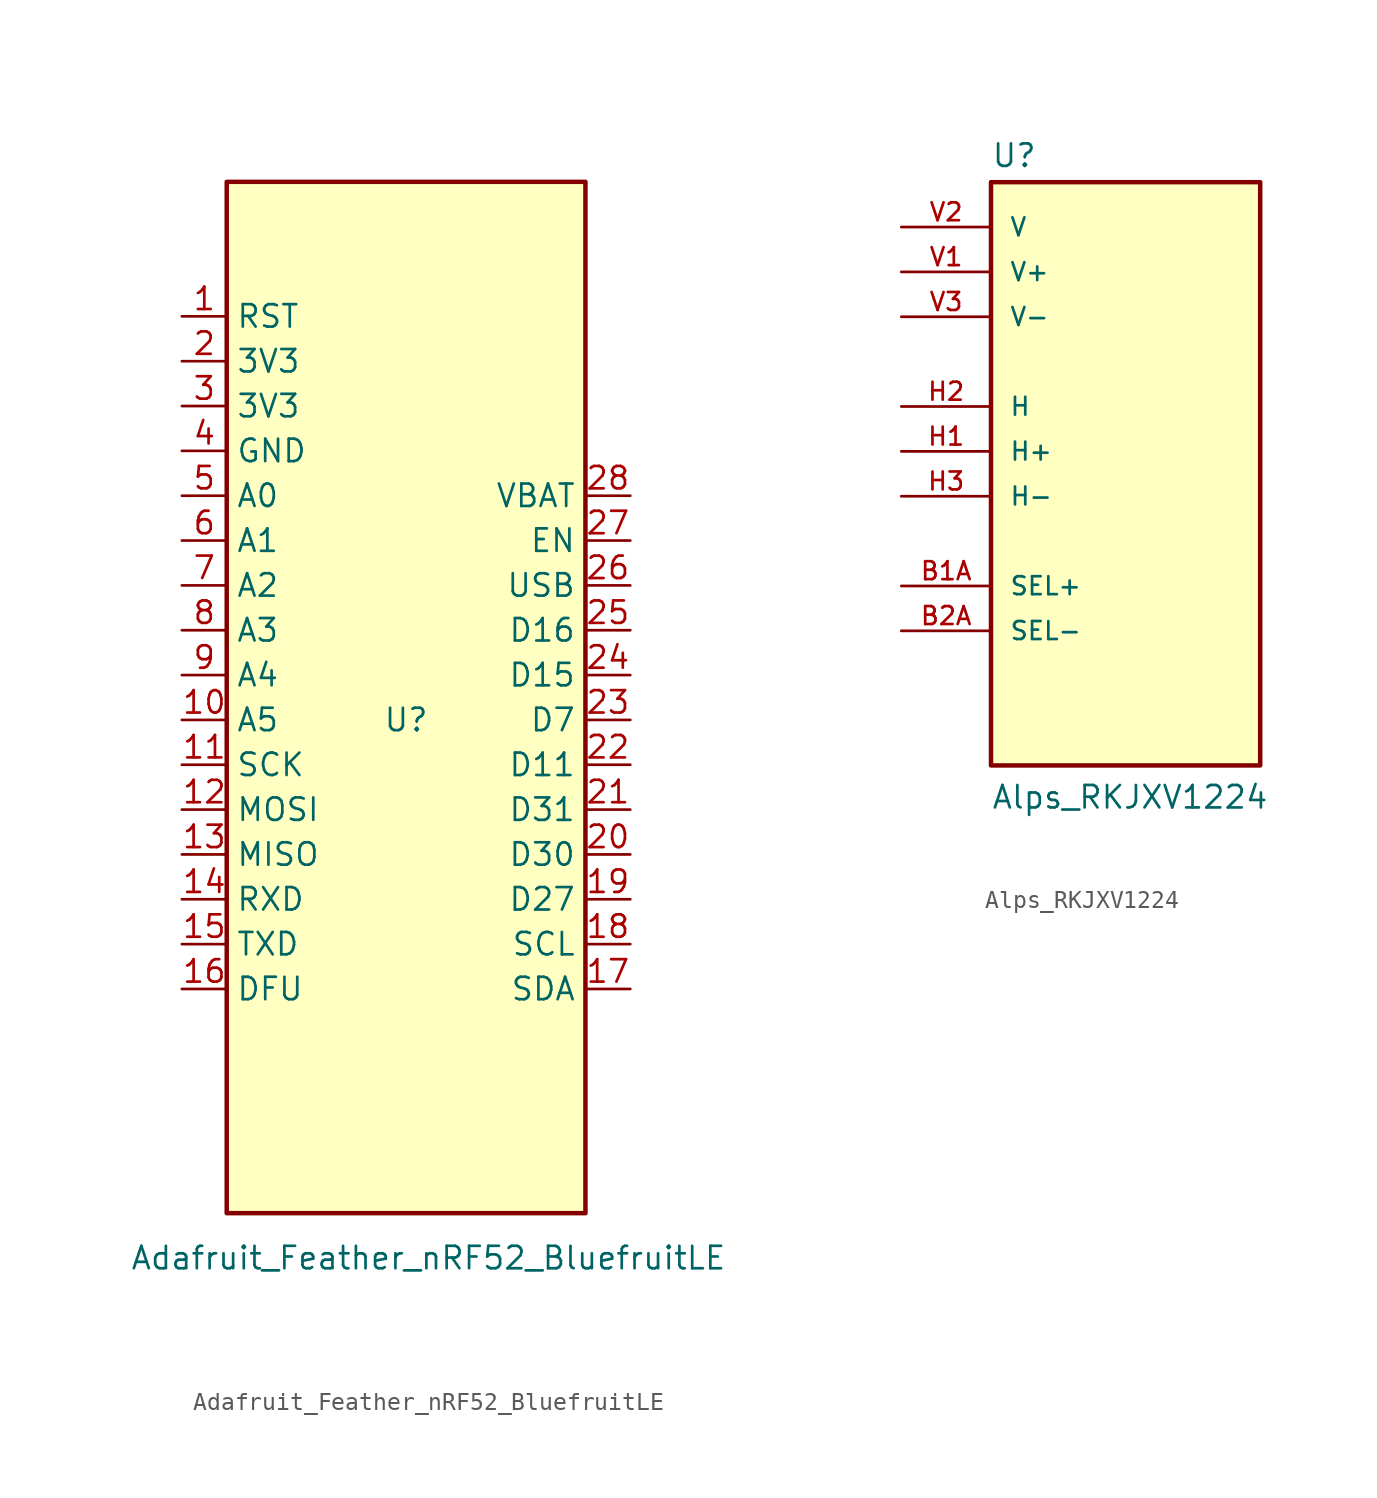
<source format=kicad_sym>
(kicad_symbol_lib
  (version 20211014)
  (generator kicad_symbol_editor)
  (symbol "Adafruit_Feather_nRF52_BluefruitLE"
    (property "Reference" "U"
      (at 0 0 0)
      (effects (font (size 1.27 1.27))))
    (property "Value" "Adafruit_Feather_nRF52_BluefruitLE"
      (at 1.27 -30.48 0)
      (effects (font (size 1.27 1.27))))
    (symbol "Adafruit_Feather_nRF52_BluefruitLE_0_1"
      (rectangle (start -10.16 30.48) (end 10.16 -27.94) (stroke (width 0.254) (type default) (color 0 0 0 0)) (fill (type background))))
    (symbol "Adafruit_Feather_nRF52_BluefruitLE_1_1"
      (pin bidirectional line (at -12.7 22.86 0) (length 2.54) (name "RST" (effects (font (size 1.27 1.27)))) (number "1" (effects (font (size 1.27 1.27)))))
      (pin bidirectional line (at -12.7 0 0) (length 2.54) (name "A5" (effects (font (size 1.27 1.27)))) (number "10" (effects (font (size 1.27 1.27)))))
      (pin bidirectional line (at -12.7 -2.54 0) (length 2.54) (name "SCK" (effects (font (size 1.27 1.27)))) (number "11" (effects (font (size 1.27 1.27)))))
      (pin bidirectional line (at -12.7 -5.08 0) (length 2.54) (name "MOSI" (effects (font (size 1.27 1.27)))) (number "12" (effects (font (size 1.27 1.27)))))
      (pin bidirectional line (at -12.7 -7.62 0) (length 2.54) (name "MISO" (effects (font (size 1.27 1.27)))) (number "13" (effects (font (size 1.27 1.27)))))
      (pin bidirectional line (at -12.7 -10.16 0) (length 2.54) (name "RXD" (effects (font (size 1.27 1.27)))) (number "14" (effects (font (size 1.27 1.27)))))
      (pin bidirectional line (at -12.7 -12.7 0) (length 2.54) (name "TXD" (effects (font (size 1.27 1.27)))) (number "15" (effects (font (size 1.27 1.27)))))
      (pin bidirectional line (at -12.7 -15.24 0) (length 2.54) (name "DFU" (effects (font (size 1.27 1.27)))) (number "16" (effects (font (size 1.27 1.27)))))
      (pin bidirectional line (at 12.7 -15.24 180) (length 2.54) (name "SDA" (effects (font (size 1.27 1.27)))) (number "17" (effects (font (size 1.27 1.27)))))
      (pin bidirectional line (at 12.7 -12.7 180) (length 2.54) (name "SCL" (effects (font (size 1.27 1.27)))) (number "18" (effects (font (size 1.27 1.27)))))
      (pin bidirectional line (at 12.7 -10.16 180) (length 2.54) (name "D27" (effects (font (size 1.27 1.27)))) (number "19" (effects (font (size 1.27 1.27)))))
      (pin power_in line (at -12.7 20.32 0) (length 2.54) (name "3V3" (effects (font (size 1.27 1.27)))) (number "2" (effects (font (size 1.27 1.27)))))
      (pin bidirectional line (at 12.7 -7.62 180) (length 2.54) (name "D30" (effects (font (size 1.27 1.27)))) (number "20" (effects (font (size 1.27 1.27)))))
      (pin bidirectional line (at 12.7 -5.08 180) (length 2.54) (name "D31" (effects (font (size 1.27 1.27)))) (number "21" (effects (font (size 1.27 1.27)))))
      (pin bidirectional line (at 12.7 -2.54 180) (length 2.54) (name "D11" (effects (font (size 1.27 1.27)))) (number "22" (effects (font (size 1.27 1.27)))))
      (pin bidirectional line (at 12.7 0 180) (length 2.54) (name "D7" (effects (font (size 1.27 1.27)))) (number "23" (effects (font (size 1.27 1.27)))))
      (pin bidirectional line (at 12.7 2.54 180) (length 2.54) (name "D15" (effects (font (size 1.27 1.27)))) (number "24" (effects (font (size 1.27 1.27)))))
      (pin bidirectional line (at 12.7 5.08 180) (length 2.54) (name "D16" (effects (font (size 1.27 1.27)))) (number "25" (effects (font (size 1.27 1.27)))))
      (pin power_in line (at 12.7 7.62 180) (length 2.54) (name "USB" (effects (font (size 1.27 1.27)))) (number "26" (effects (font (size 1.27 1.27)))))
      (pin input line (at 12.7 10.16 180) (length 2.54) (name "EN" (effects (font (size 1.27 1.27)))) (number "27" (effects (font (size 1.27 1.27)))))
      (pin power_in line (at 12.7 12.7 180) (length 2.54) (name "VBAT" (effects (font (size 1.27 1.27)))) (number "28" (effects (font (size 1.27 1.27)))))
      (pin power_in line (at -12.7 17.78 0) (length 2.54) (name "3V3" (effects (font (size 1.27 1.27)))) (number "3" (effects (font (size 1.27 1.27)))))
      (pin power_in line (at -12.7 15.24 0) (length 2.54) (name "GND" (effects (font (size 1.27 1.27)))) (number "4" (effects (font (size 1.27 1.27)))))
      (pin bidirectional line (at -12.7 12.7 0) (length 2.54) (name "A0" (effects (font (size 1.27 1.27)))) (number "5" (effects (font (size 1.27 1.27)))))
      (pin bidirectional line (at -12.7 10.16 0) (length 2.54) (name "A1" (effects (font (size 1.27 1.27)))) (number "6" (effects (font (size 1.27 1.27)))))
      (pin bidirectional line (at -12.7 7.62 0) (length 2.54) (name "A2" (effects (font (size 1.27 1.27)))) (number "7" (effects (font (size 1.27 1.27)))))
      (pin bidirectional line (at -12.7 5.08 0) (length 2.54) (name "A3" (effects (font (size 1.27 1.27)))) (number "8" (effects (font (size 1.27 1.27)))))
      (pin bidirectional line (at -12.7 2.54 0) (length 2.54) (name "A4" (effects (font (size 1.27 1.27)))) (number "9" (effects (font (size 1.27 1.27)))))))
  (symbol "Alps_RKJXV1224"
    (pin_names
      (offset 1.016))
    (property "Reference" "U"
      (at -7.62 16.002 0)
      (effects (font (size 1.27 1.27)) (justify left bottom)))
    (property "Value" "Alps_RKJXV1224"
      (at -7.62 -20.32 0)
      (effects (font (size 1.27 1.27)) (justify left bottom)))
    (symbol "Alps_RKJXV1224_0_0"
      (rectangle (start -7.62 -17.78) (end 7.62 15.24) (stroke (width 0.254) (type default) (color 0 0 0 0)) (fill (type background)))
      (pin passive line (at -12.7 -7.62 0) (length 5.08) (name "SEL+" (effects (font (size 1.016 1.016)))) (number "B1A" (effects (font (size 1.016 1.016)))))
      (pin passive line (at -12.7 -10.16 0) (length 5.08) (name "SEL-" (effects (font (size 1.016 1.016)))) (number "B2A" (effects (font (size 1.016 1.016)))))
      (pin passive line (at -12.7 0 0) (length 5.08) (name "H+" (effects (font (size 1.016 1.016)))) (number "H1" (effects (font (size 1.016 1.016)))))
      (pin passive line (at -12.7 2.54 0) (length 5.08) (name "H" (effects (font (size 1.016 1.016)))) (number "H2" (effects (font (size 1.016 1.016)))))
      (pin passive line (at -12.7 -2.54 0) (length 5.08) (name "H-" (effects (font (size 1.016 1.016)))) (number "H3" (effects (font (size 1.016 1.016)))))
      (pin passive line (at -12.7 10.16 0) (length 5.08) (name "V+" (effects (font (size 1.016 1.016)))) (number "V1" (effects (font (size 1.016 1.016)))))
      (pin passive line (at -12.7 12.7 0) (length 5.08) (name "V" (effects (font (size 1.016 1.016)))) (number "V2" (effects (font (size 1.016 1.016)))))
      (pin passive line (at -12.7 7.62 0) (length 5.08) (name "V-" (effects (font (size 1.016 1.016)))) (number "V3" (effects (font (size 1.016 1.016))))))))
</source>
